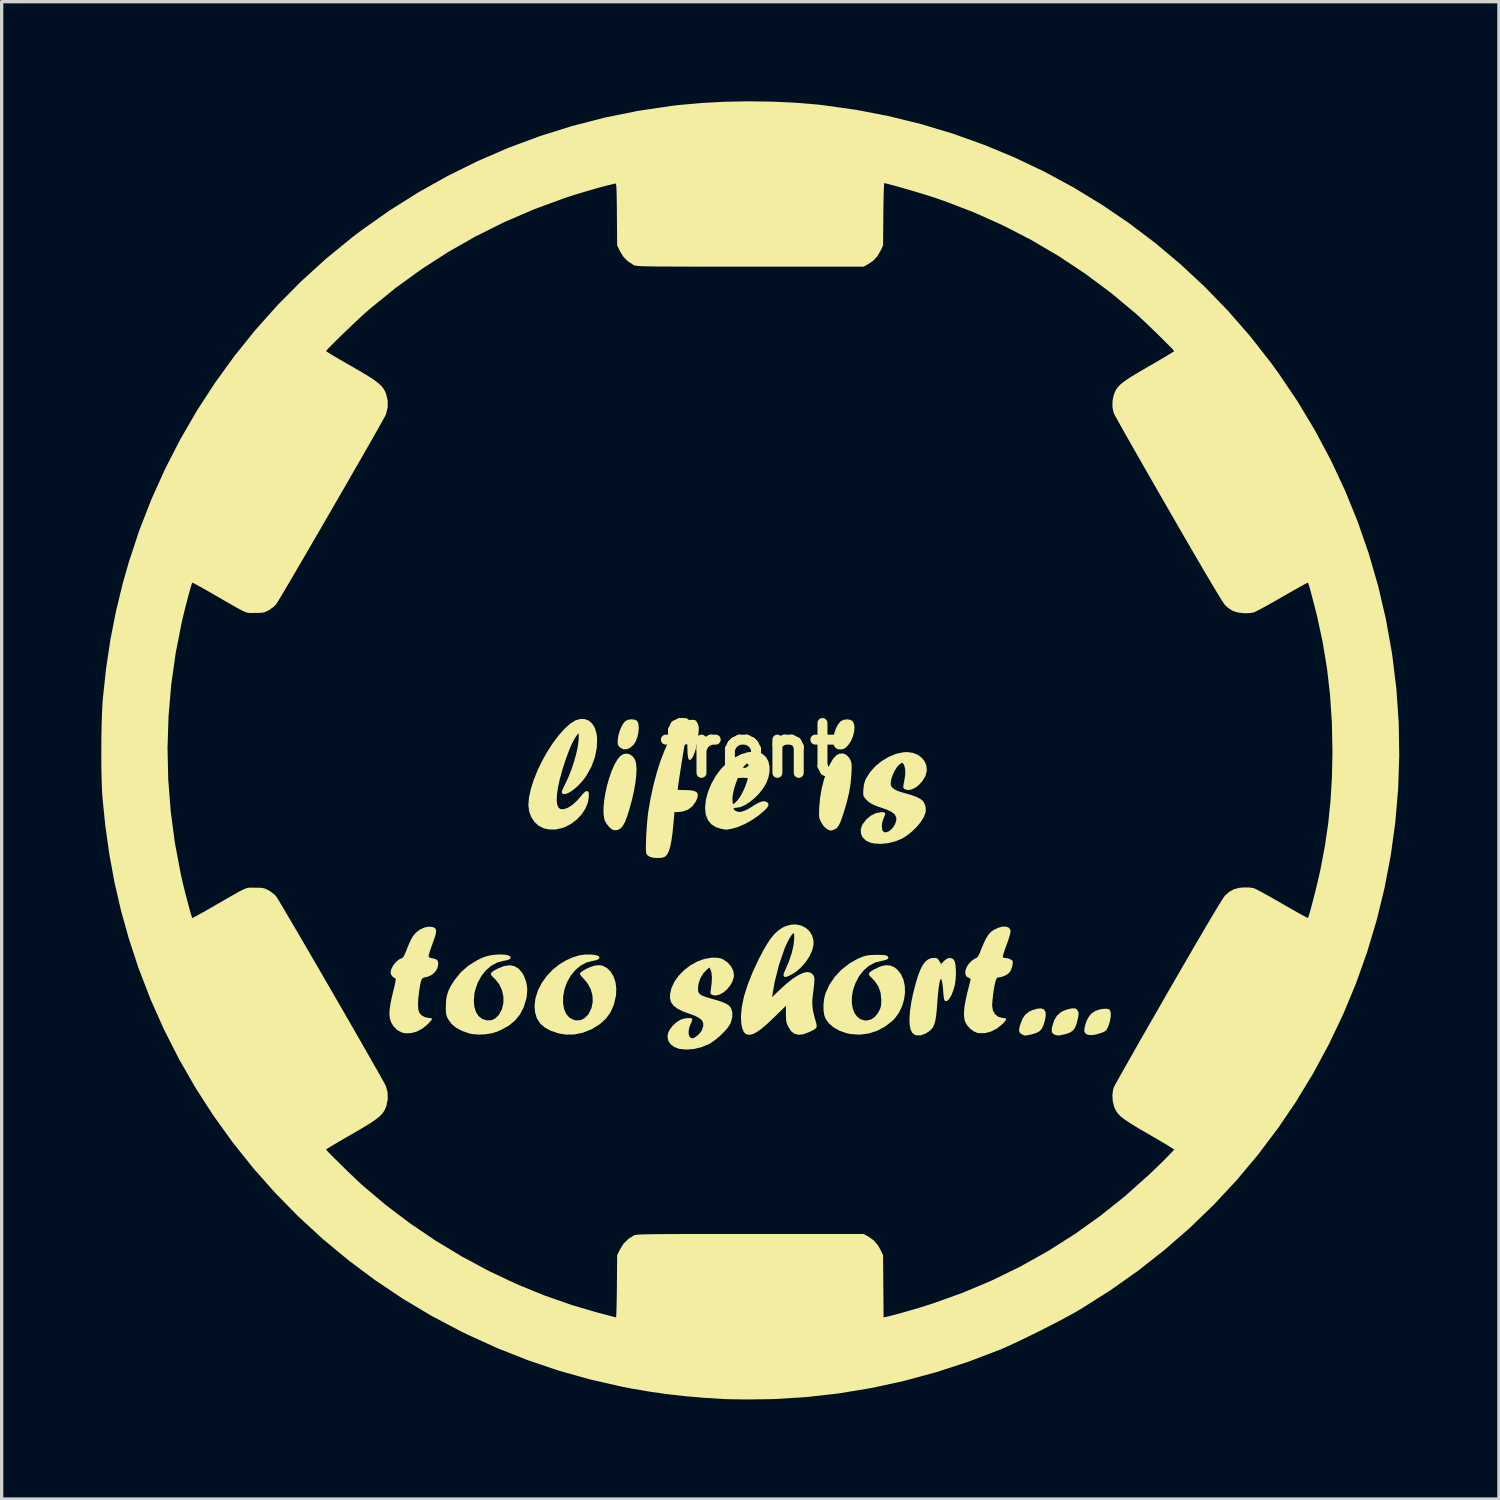
<source format=kicad_pcb>
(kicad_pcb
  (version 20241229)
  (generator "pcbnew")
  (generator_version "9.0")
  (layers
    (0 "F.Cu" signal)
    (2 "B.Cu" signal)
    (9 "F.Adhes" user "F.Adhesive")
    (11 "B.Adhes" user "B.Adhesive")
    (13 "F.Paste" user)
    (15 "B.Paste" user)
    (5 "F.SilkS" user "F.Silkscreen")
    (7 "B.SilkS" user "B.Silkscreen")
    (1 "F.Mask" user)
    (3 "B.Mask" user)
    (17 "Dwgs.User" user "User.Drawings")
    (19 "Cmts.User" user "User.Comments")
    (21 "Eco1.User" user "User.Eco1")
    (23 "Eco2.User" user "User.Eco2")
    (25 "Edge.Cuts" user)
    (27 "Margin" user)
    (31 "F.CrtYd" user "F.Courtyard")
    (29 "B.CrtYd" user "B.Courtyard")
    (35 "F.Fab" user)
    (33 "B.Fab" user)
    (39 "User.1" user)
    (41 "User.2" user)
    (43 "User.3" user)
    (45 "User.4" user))
  (footprint "front"
    (layer "F.Cu")
    (at 19.534 19.54)
    (property "Reference" "front" (at 0 0 0) (layer "F.SilkS") (effects (font (size 1.5 1.5) (thickness 0.3))))
    (attr board_only exclude_from_pos_files exclude_from_bom)
    (fp_poly (pts (xy 0.472 -11.909) (xy 0.64 -11.867) (xy 0.825 -11.809) (xy 1.018 -11.737) (xy 1.209 -11.655) (xy 1.368 -11.575) (xy 1.52 -11.481) (xy 1.625 -11.384) (xy 1.69 -11.275) (xy 1.721 -11.148) (xy 1.723 -11.122) (xy 1.713 -10.958) (xy 1.66 -10.819) (xy 1.572 -10.71) (xy 1.456 -10.633) (xy 1.318 -10.594) (xy 1.165 -10.595) (xy 1.004 -10.643) (xy 0.957 -10.665) (xy 0.74 -10.767) (xy 0.484 -10.864) (xy 0.266 -10.933) (xy 0.116 -10.983) (xy 0.008 -11.037) (xy -0.069 -11.102) (xy -0.127 -11.186) (xy -0.134 -11.198) (xy -0.183 -11.347) (xy -0.185 -11.496) (xy -0.146 -11.637) (xy -0.07 -11.761) (xy 0.04 -11.858) (xy 0.177 -11.919) (xy 0.226 -11.93) (xy 0.331 -11.931)) (stroke (width 0) (type solid)) (fill yes) (layer "F.Mask"))
    (fp_poly (pts (xy -2.154 -10.776) (xy -2.019 -10.713) (xy -1.902 -10.607) (xy -1.851 -10.534) (xy -1.81 -10.419) (xy -1.799 -10.285) (xy -1.819 -10.155) (xy -1.852 -10.079) (xy -1.888 -10.025) (xy -1.95 -9.938) (xy -2.031 -9.828) (xy -2.125 -9.703) (xy -2.225 -9.573) (xy -2.323 -9.446) (xy -2.413 -9.331) (xy -2.489 -9.237) (xy -2.542 -9.174) (xy -2.549 -9.166) (xy -2.666 -9.077) (xy -2.806 -9.027) (xy -2.957 -9.018) (xy -3.104 -9.052) (xy -3.145 -9.071) (xy -3.257 -9.158) (xy -3.34 -9.277) (xy -3.389 -9.415) (xy -3.4 -9.558) (xy -3.371 -9.683) (xy -3.342 -9.734) (xy -3.285 -9.819) (xy -3.206 -9.932) (xy -3.109 -10.066) (xy -2.999 -10.213) (xy -2.882 -10.366) (xy -2.763 -10.518) (xy -2.704 -10.592) (xy -2.584 -10.704) (xy -2.446 -10.772) (xy -2.3 -10.796)) (stroke (width 0) (type solid)) (fill yes) (layer "F.Mask"))
    (fp_poly (pts (xy -4.339 -7.439) (xy -4.209 -7.358) (xy -4.158 -7.307) (xy -4.067 -7.169) (xy -4.025 -7.023) (xy -4.027 -6.909) (xy -4.049 -6.842) (xy -4.095 -6.741) (xy -4.161 -6.615) (xy -4.242 -6.471) (xy -4.331 -6.318) (xy -4.425 -6.166) (xy -4.518 -6.021) (xy -4.604 -5.893) (xy -4.679 -5.791) (xy -4.738 -5.722) (xy -4.762 -5.701) (xy -4.873 -5.651) (xy -5.003 -5.625) (xy -5.128 -5.627) (xy -5.2 -5.646) (xy -5.35 -5.731) (xy -5.455 -5.844) (xy -5.515 -5.982) (xy -5.528 -6.145) (xy -5.527 -6.155) (xy -5.519 -6.21) (xy -5.504 -6.268) (xy -5.476 -6.336) (xy -5.433 -6.423) (xy -5.37 -6.535) (xy -5.285 -6.682) (xy -5.244 -6.752) (xy -5.154 -6.899) (xy -5.069 -7.037) (xy -4.992 -7.156) (xy -4.93 -7.248) (xy -4.888 -7.303) (xy -4.887 -7.305) (xy -4.765 -7.408) (xy -4.627 -7.464) (xy -4.481 -7.475)) (stroke (width 0) (type solid)) (fill yes) (layer "F.Mask"))
    (fp_poly (pts (xy 3.228 -9.262) (xy 3.35 -9.212) (xy 3.452 -9.142) (xy 3.475 -9.12) (xy 3.504 -9.078) (xy 3.555 -8.997) (xy 3.621 -8.886) (xy 3.699 -8.752) (xy 3.782 -8.603) (xy 3.804 -8.564) (xy 3.908 -8.374) (xy 3.987 -8.222) (xy 4.042 -8.1) (xy 4.076 -8.002) (xy 4.092 -7.921) (xy 4.091 -7.849) (xy 4.075 -7.778) (xy 4.058 -7.727) (xy 3.98 -7.591) (xy 3.868 -7.487) (xy 3.732 -7.422) (xy 3.582 -7.401) (xy 3.449 -7.421) (xy 3.386 -7.445) (xy 3.328 -7.48) (xy 3.27 -7.532) (xy 3.209 -7.606) (xy 3.14 -7.709) (xy 3.057 -7.846) (xy 2.957 -8.023) (xy 2.921 -8.089) (xy 2.836 -8.245) (xy 2.76 -8.391) (xy 2.697 -8.519) (xy 2.65 -8.62) (xy 2.623 -8.686) (xy 2.62 -8.7) (xy 2.618 -8.844) (xy 2.662 -8.982) (xy 2.743 -9.104) (xy 2.854 -9.201) (xy 2.986 -9.263) (xy 3.112 -9.281)) (stroke (width 0) (type solid)) (fill yes) (layer "F.Mask"))
    (fp_poly (pts (xy 8.481 -3.424) (xy 8.501 -3.421) (xy 8.606 -3.401) (xy 8.748 -3.379) (xy 8.908 -3.354) (xy 9.071 -3.332) (xy 9.106 -3.327) (xy 9.263 -3.306) (xy 9.376 -3.287) (xy 9.457 -3.27) (xy 9.514 -3.251) (xy 9.559 -3.226) (xy 9.596 -3.199) (xy 9.705 -3.08) (xy 9.77 -2.94) (xy 9.789 -2.79) (xy 9.761 -2.639) (xy 9.686 -2.499) (xy 9.658 -2.464) (xy 9.552 -2.38) (xy 9.41 -2.332) (xy 9.23 -2.318) (xy 9.224 -2.318) (xy 9.115 -2.321) (xy 9.016 -2.327) (xy 8.95 -2.332) (xy 8.782 -2.356) (xy 8.611 -2.384) (xy 8.446 -2.414) (xy 8.3 -2.444) (xy 8.183 -2.472) (xy 8.105 -2.495) (xy 8.096 -2.499) (xy 7.969 -2.581) (xy 7.878 -2.694) (xy 7.824 -2.827) (xy 7.81 -2.97) (xy 7.836 -3.112) (xy 7.906 -3.244) (xy 7.952 -3.297) (xy 8.059 -3.383) (xy 8.175 -3.431) (xy 8.312 -3.444)) (stroke (width 0) (type solid)) (fill yes) (layer "F.Mask"))
    (fp_poly (pts (xy 5.301 -5.848) (xy 5.366 -5.833) (xy 5.43 -5.802) (xy 5.499 -5.75) (xy 5.577 -5.673) (xy 5.671 -5.568) (xy 5.787 -5.429) (xy 5.929 -5.252) (xy 5.936 -5.242) (xy 6.057 -5.091) (xy 6.148 -4.975) (xy 6.215 -4.887) (xy 6.261 -4.821) (xy 6.29 -4.771) (xy 6.308 -4.729) (xy 6.317 -4.688) (xy 6.323 -4.644) (xy 6.323 -4.643) (xy 6.317 -4.492) (xy 6.269 -4.355) (xy 6.187 -4.238) (xy 6.079 -4.148) (xy 5.952 -4.092) (xy 5.815 -4.076) (xy 5.678 -4.105) (xy 5.601 -4.139) (xy 5.54 -4.17) (xy 5.501 -4.203) (xy 5.437 -4.272) (xy 5.354 -4.367) (xy 5.258 -4.482) (xy 5.156 -4.608) (xy 5.053 -4.738) (xy 4.956 -4.863) (xy 4.872 -4.976) (xy 4.806 -5.069) (xy 4.764 -5.134) (xy 4.758 -5.146) (xy 4.714 -5.296) (xy 4.717 -5.444) (xy 4.76 -5.581) (xy 4.841 -5.698) (xy 4.953 -5.787) (xy 5.092 -5.838) (xy 5.145 -5.846) (xy 5.229 -5.851)) (stroke (width 0) (type solid)) (fill yes) (layer "F.Mask"))
    (fp_poly (pts (xy -8.892 -6.839) (xy -8.702 -6.776) (xy -8.541 -6.672) (xy -8.41 -6.531) (xy -8.312 -6.359) (xy -8.25 -6.161) (xy -8.225 -5.942) (xy -8.239 -5.705) (xy -8.295 -5.457) (xy -8.297 -5.45) (xy -8.376 -5.258) (xy -8.493 -5.06) (xy -8.635 -4.872) (xy -8.792 -4.709) (xy -8.912 -4.613) (xy -8.969 -4.568) (xy -8.998 -4.533) (xy -8.997 -4.521) (xy -8.963 -4.502) (xy -8.896 -4.471) (xy -8.83 -4.443) (xy -8.593 -4.321) (xy -8.364 -4.162) (xy -8.16 -3.977) (xy -8.039 -3.837) (xy -7.988 -3.782) (xy -7.943 -3.752) (xy -7.933 -3.75) (xy -7.883 -3.764) (xy -7.799 -3.801) (xy -7.692 -3.856) (xy -7.573 -3.922) (xy -7.453 -3.995) (xy -7.342 -4.067) (xy -7.301 -4.096) (xy -7.147 -4.196) (xy -7.015 -4.255) (xy -6.894 -4.273) (xy -6.775 -4.253) (xy -6.647 -4.196) (xy -6.636 -4.189) (xy -6.525 -4.097) (xy -6.449 -3.973) (xy -6.412 -3.831) (xy -6.416 -3.681) (xy -6.464 -3.536) (xy -6.524 -3.454) (xy -6.625 -3.358) (xy -6.759 -3.253) (xy -6.916 -3.145) (xy -7.089 -3.04) (xy -7.268 -2.943) (xy -7.446 -2.861) (xy -7.483 -2.846) (xy -7.579 -2.809) (xy -7.657 -2.781) (xy -7.704 -2.767) (xy -7.709 -2.766) (xy -7.729 -2.742) (xy -7.751 -2.681) (xy -7.767 -2.619) (xy -7.83 -2.414) (xy -7.935 -2.2) (xy -8.073 -1.991) (xy -8.236 -1.798) (xy -8.338 -1.699) (xy -8.587 -1.512) (xy -8.871 -1.356) (xy -9.181 -1.235) (xy -9.508 -1.15) (xy -9.843 -1.105) (xy -10.175 -1.101) (xy -10.414 -1.127) (xy -10.743 -1.202) (xy -11.044 -1.312) (xy -11.315 -1.455) (xy -11.552 -1.628) (xy -11.753 -1.826) (xy -11.914 -2.049) (xy -12.032 -2.292) (xy -12.105 -2.552) (xy -12.128 -2.814) (xy -12.102 -3.085) (xy -12.026 -3.349) (xy -11.903 -3.601) (xy -11.735 -3.835) (xy -11.527 -4.046) (xy -11.483 -4.082) (xy -11.42 -4.139) (xy -11.382 -4.183) (xy -11.376 -4.203) (xy -11.41 -4.221) (xy -11.478 -4.252) (xy -11.556 -4.283) (xy -11.759 -4.375) (xy -11.944 -4.487) (xy -12.128 -4.63) (xy -12.247 -4.738) (xy -12.36 -4.849) (xy -12.443 -4.944) (xy -12.508 -5.036) (xy -12.567 -5.143) (xy -12.581 -5.17) (xy -12.668 -5.378) (xy -12.719 -5.573) (xy -12.732 -5.745) (xy -12.732 -5.746) (xy -12.234 -5.746) (xy -12.23 -5.621) (xy -12.189 -5.481) (xy -12.111 -5.334) (xy -11.997 -5.183) (xy -11.89 -5.072) (xy -11.722 -4.932) (xy -11.537 -4.818) (xy -11.324 -4.725) (xy -11.072 -4.645) (xy -11.011 -4.63) (xy -10.891 -4.6) (xy -10.792 -4.575) (xy -10.723 -4.557) (xy -10.696 -4.55) (xy -10.695 -4.572) (xy -10.701 -4.63) (xy -10.706 -4.661) (xy -10.746 -4.854) (xy -10.8 -5.049) (xy -10.815 -5.089) (xy -9.912 -5.089) (xy -9.91 -4.961) (xy -9.902 -4.842) (xy -9.889 -4.744) (xy -9.87 -4.678) (xy -9.848 -4.654) (xy -9.808 -4.666) (xy -9.735 -4.698) (xy -9.64 -4.743) (xy -9.595 -4.766) (xy -9.354 -4.904) (xy -9.16 -5.045) (xy -9.003 -5.196) (xy -8.879 -5.364) (xy -8.814 -5.479) (xy -8.762 -5.618) (xy -8.731 -5.777) (xy -8.723 -5.938) (xy -8.738 -6.084) (xy -8.765 -6.174) (xy -8.836 -6.276) (xy -8.932 -6.337) (xy -9.048 -6.356) (xy -9.177 -6.333) (xy -9.314 -6.27) (xy -9.454 -6.168) (xy -9.53 -6.093) (xy -9.642 -5.949) (xy -9.744 -5.771) (xy -9.828 -5.578) (xy -9.884 -5.39) (xy -9.895 -5.333) (xy -9.908 -5.217) (xy -9.912 -5.089) (xy -10.815 -5.089) (xy -10.863 -5.224) (xy -10.909 -5.328) (xy -11.021 -5.507) (xy -11.161 -5.666) (xy -11.322 -5.8) (xy -11.495 -5.904) (xy -11.672 -5.973) (xy -11.846 -6.003) (xy -12.008 -5.988) (xy -12.017 -5.986) (xy -12.128 -5.934) (xy -12.201 -5.852) (xy -12.234 -5.746) (xy -12.732 -5.746) (xy -12.726 -5.808) (xy -12.67 -6.007) (xy -12.574 -6.173) (xy -12.445 -6.307) (xy -12.285 -6.405) (xy -12.1 -6.466) (xy -11.894 -6.488) (xy -11.672 -6.471) (xy -11.438 -6.412) (xy -11.24 -6.331) (xy -11.031 -6.205) (xy -10.831 -6.037) (xy -10.652 -5.84) (xy -10.506 -5.623) (xy -10.463 -5.541) (xy -10.391 -5.395) (xy -10.344 -5.577) (xy -10.258 -5.837) (xy -10.142 -6.077) (xy -10 -6.293) (xy -9.837 -6.479) (xy -9.658 -6.632) (xy -9.467 -6.748) (xy -9.269 -6.824) (xy -9.069 -6.854)) (stroke (width 0) (type solid)) (fill yes) (layer "F.Mask"))
    (fp_poly (pts (xy -3.485 -0.925) (xy -3.412 -0.892) (xy -3.393 -0.872) (xy -3.361 -0.788) (xy -3.352 -0.672) (xy -3.364 -0.538) (xy -3.394 -0.402) (xy -3.44 -0.277) (xy -3.5 -0.178) (xy -3.505 -0.172) (xy -3.607 -0.08) (xy -3.713 -0.033) (xy -3.817 -0.032) (xy -3.91 -0.079) (xy -3.927 -0.095) (xy -3.965 -0.139) (xy -3.984 -0.184) (xy -3.988 -0.249) (xy -3.984 -0.328) (xy -3.964 -0.457) (xy -3.923 -0.594) (xy -3.868 -0.722) (xy -3.806 -0.825) (xy -3.756 -0.879) (xy -3.675 -0.919) (xy -3.579 -0.934)) (stroke (width 0) (type solid)) (fill yes) (layer "F.SilkS"))
    (fp_poly (pts (xy 8.85 7.806) (xy 8.894 7.879) (xy 8.902 7.991) (xy 8.874 8.142) (xy 8.826 8.291) (xy 8.778 8.388) (xy 8.712 8.458) (xy 8.616 8.51) (xy 8.481 8.551) (xy 8.437 8.561) (xy 8.346 8.58) (xy 8.292 8.588) (xy 8.255 8.584) (xy 8.219 8.57) (xy 8.194 8.557) (xy 8.134 8.518) (xy 8.102 8.472) (xy 8.098 8.407) (xy 8.118 8.31) (xy 8.136 8.249) (xy 8.201 8.083) (xy 8.285 7.959) (xy 8.395 7.87) (xy 8.5 7.821) (xy 8.653 7.777) (xy 8.769 7.772)) (stroke (width 0) (type solid)) (fill yes) (layer "F.SilkS"))
    (fp_poly (pts (xy 3.017 -0.917) (xy 3.085 -0.878) (xy 3.128 -0.8) (xy 3.143 -0.691) (xy 3.132 -0.562) (xy 3.098 -0.426) (xy 3.044 -0.294) (xy 2.97 -0.178) (xy 2.938 -0.141) (xy 2.868 -0.074) (xy 2.812 -0.04) (xy 2.751 -0.027) (xy 2.719 -0.027) (xy 2.636 -0.035) (xy 2.579 -0.069) (xy 2.552 -0.1) (xy 2.521 -0.147) (xy 2.505 -0.2) (xy 2.503 -0.275) (xy 2.507 -0.351) (xy 2.532 -0.503) (xy 2.58 -0.651) (xy 2.646 -0.778) (xy 2.723 -0.87) (xy 2.731 -0.877) (xy 2.817 -0.919) (xy 2.92 -0.932)) (stroke (width 0) (type solid)) (fill yes) (layer "F.SilkS"))
    (fp_poly (pts (xy 10.75 7.783) (xy 10.8 7.794) (xy 10.829 7.822) (xy 10.844 7.849) (xy 10.86 7.929) (xy 10.854 8.042) (xy 10.828 8.175) (xy 10.783 8.311) (xy 10.772 8.337) (xy 10.736 8.408) (xy 10.691 8.454) (xy 10.619 8.49) (xy 10.581 8.505) (xy 10.408 8.558) (xy 10.264 8.576) (xy 10.155 8.561) (xy 10.153 8.56) (xy 10.094 8.52) (xy 10.065 8.472) (xy 10.063 8.391) (xy 10.087 8.278) (xy 10.132 8.148) (xy 10.176 8.053) (xy 10.265 7.934) (xy 10.392 7.847) (xy 10.547 7.795) (xy 10.664 7.782)) (stroke (width 0) (type solid)) (fill yes) (layer "F.SilkS"))
    (fp_poly (pts (xy 9.808 7.779) (xy 9.842 7.812) (xy 9.856 7.832) (xy 9.882 7.879) (xy 9.891 7.926) (xy 9.884 7.993) (xy 9.87 8.066) (xy 9.83 8.23) (xy 9.783 8.35) (xy 9.721 8.435) (xy 9.635 8.495) (xy 9.517 8.538) (xy 9.421 8.561) (xy 9.333 8.579) (xy 9.279 8.586) (xy 9.239 8.583) (xy 9.194 8.569) (xy 9.17 8.56) (xy 9.11 8.525) (xy 9.082 8.467) (xy 9.084 8.379) (xy 9.097 8.309) (xy 9.156 8.125) (xy 9.242 7.984) (xy 9.358 7.883) (xy 9.408 7.855) (xy 9.513 7.813) (xy 9.624 7.782) (xy 9.681 7.772) (xy 9.761 7.768)) (stroke (width 0) (type solid)) (fill yes) (layer "F.SilkS"))
    (fp_poly (pts (xy -3.607 0.129) (xy -3.518 0.2) (xy -3.463 0.288) (xy -3.432 0.408) (xy -3.42 0.571) (xy -3.429 0.77) (xy -3.457 0.999) (xy -3.503 1.254) (xy -3.566 1.526) (xy -3.646 1.811) (xy -3.7 1.983) (xy -3.767 2.159) (xy -3.838 2.284) (xy -3.915 2.364) (xy -4.003 2.403) (xy -4.105 2.403) (xy -4.114 2.401) (xy -4.177 2.369) (xy -4.249 2.303) (xy -4.318 2.218) (xy -4.37 2.129) (xy -4.387 2.083) (xy -4.411 1.929) (xy -4.414 1.741) (xy -4.396 1.528) (xy -4.36 1.3) (xy -4.309 1.068) (xy -4.244 0.84) (xy -4.17 0.626) (xy -4.087 0.437) (xy -3.999 0.282) (xy -3.911 0.174) (xy -3.814 0.113) (xy -3.709 0.099)) (stroke (width 0) (type solid)) (fill yes) (layer "F.SilkS"))
    (fp_poly (pts (xy 2.899 0.138) (xy 2.983 0.227) (xy 3.007 0.27) (xy 3.032 0.322) (xy 3.047 0.372) (xy 3.056 0.433) (xy 3.057 0.515) (xy 3.054 0.632) (xy 3.05 0.717) (xy 3.027 0.988) (xy 2.981 1.266) (xy 2.911 1.563) (xy 2.818 1.875) (xy 2.761 2.047) (xy 2.712 2.174) (xy 2.667 2.265) (xy 2.622 2.326) (xy 2.572 2.366) (xy 2.539 2.382) (xy 2.468 2.41) (xy 2.42 2.416) (xy 2.37 2.4) (xy 2.314 2.371) (xy 2.222 2.294) (xy 2.145 2.178) (xy 2.114 2.116) (xy 2.093 2.064) (xy 2.081 2.009) (xy 2.076 1.938) (xy 2.077 1.839) (xy 2.082 1.702) (xy 2.106 1.434) (xy 2.153 1.159) (xy 2.221 0.889) (xy 2.306 0.637) (xy 2.405 0.415) (xy 2.499 0.254) (xy 2.592 0.153) (xy 2.695 0.1) (xy 2.8 0.095)) (stroke (width 0) (type solid)) (fill yes) (layer "F.SilkS"))
    (fp_poly (pts (xy 6.099 6.276) (xy 6.133 6.306) (xy 6.163 6.368) (xy 6.183 6.47) (xy 6.194 6.6) (xy 6.196 6.746) (xy 6.187 6.896) (xy 6.168 7.038) (xy 6.159 7.082) (xy 6.118 7.229) (xy 6.067 7.359) (xy 6.01 7.461) (xy 5.954 7.528) (xy 5.912 7.549) (xy 5.881 7.549) (xy 5.859 7.535) (xy 5.842 7.498) (xy 5.83 7.43) (xy 5.819 7.322) (xy 5.811 7.221) (xy 5.795 7.06) (xy 5.777 6.952) (xy 5.758 6.895) (xy 5.738 6.888) (xy 5.717 6.93) (xy 5.696 7.021) (xy 5.676 7.16) (xy 5.656 7.345) (xy 5.638 7.567) (xy 5.621 7.799) (xy 5.601 7.985) (xy 5.578 8.131) (xy 5.548 8.245) (xy 5.508 8.333) (xy 5.456 8.403) (xy 5.389 8.461) (xy 5.305 8.514) (xy 5.261 8.538) (xy 5.127 8.584) (xy 4.997 8.578) (xy 4.955 8.564) (xy 4.882 8.506) (xy 4.831 8.403) (xy 4.803 8.256) (xy 4.797 8.069) (xy 4.814 7.844) (xy 4.853 7.584) (xy 4.909 7.314) (xy 4.982 7.028) (xy 5.053 6.792) (xy 5.127 6.603) (xy 5.203 6.458) (xy 5.284 6.353) (xy 5.372 6.287) (xy 5.468 6.254) (xy 5.522 6.25) (xy 5.599 6.255) (xy 5.647 6.277) (xy 5.686 6.328) (xy 5.695 6.343) (xy 5.75 6.435) (xy 5.837 6.343) (xy 5.928 6.272) (xy 6.017 6.25)) (stroke (width 0) (type solid)) (fill yes) (layer "F.SilkS"))
    (fp_poly (pts (xy -4.664 6.162) (xy -4.576 6.188) (xy -4.536 6.223) (xy -4.545 6.267) (xy -4.557 6.282) (xy -4.606 6.308) (xy -4.685 6.33) (xy -4.735 6.339) (xy -4.924 6.387) (xy -5.101 6.481) (xy -5.26 6.614) (xy -5.397 6.78) (xy -5.507 6.971) (xy -5.586 7.182) (xy -5.628 7.405) (xy -5.632 7.61) (xy -5.6 7.793) (xy -5.536 7.939) (xy -5.44 8.048) (xy -5.315 8.114) (xy -5.231 8.132) (xy -5.098 8.122) (xy -4.98 8.063) (xy -4.876 7.953) (xy -4.858 7.928) (xy -4.775 7.755) (xy -4.738 7.569) (xy -4.747 7.377) (xy -4.801 7.188) (xy -4.898 7.011) (xy -5.008 6.881) (xy -5.078 6.805) (xy -5.118 6.746) (xy -5.124 6.716) (xy -5.088 6.676) (xy -5.015 6.626) (xy -4.92 6.574) (xy -4.815 6.527) (xy -4.715 6.493) (xy -4.688 6.486) (xy -4.579 6.469) (xy -4.49 6.474) (xy -4.443 6.486) (xy -4.311 6.552) (xy -4.2 6.661) (xy -4.114 6.805) (xy -4.055 6.975) (xy -4.029 7.166) (xy -4.037 7.368) (xy -4.041 7.395) (xy -4.102 7.656) (xy -4.2 7.882) (xy -4.338 8.075) (xy -4.519 8.241) (xy -4.747 8.384) (xy -4.781 8.401) (xy -5.033 8.502) (xy -5.293 8.555) (xy -5.55 8.559) (xy -5.772 8.521) (xy -6.003 8.443) (xy -6.186 8.343) (xy -6.324 8.22) (xy -6.42 8.07) (xy -6.474 7.892) (xy -6.49 7.7) (xy -6.464 7.47) (xy -6.392 7.238) (xy -6.277 7.011) (xy -6.125 6.797) (xy -5.941 6.603) (xy -5.73 6.436) (xy -5.538 6.322) (xy -5.336 6.232) (xy -5.154 6.175) (xy -4.976 6.149) (xy -4.797 6.148)) (stroke (width 0) (type solid)) (fill yes) (layer "F.SilkS"))
    (fp_poly (pts (xy -7.38 6.154) (xy -7.285 6.174) (xy -7.225 6.204) (xy -7.208 6.238) (xy -7.23 6.281) (xy -7.299 6.314) (xy -7.418 6.338) (xy -7.426 6.339) (xy -7.617 6.39) (xy -7.795 6.487) (xy -7.955 6.625) (xy -8.093 6.798) (xy -8.203 6.999) (xy -8.279 7.223) (xy -8.301 7.331) (xy -8.319 7.542) (xy -8.302 7.728) (xy -8.252 7.884) (xy -8.171 8.006) (xy -8.061 8.09) (xy -7.924 8.131) (xy -7.92 8.131) (xy -7.787 8.125) (xy -7.671 8.071) (xy -7.568 7.968) (xy -7.557 7.953) (xy -7.471 7.79) (xy -7.428 7.61) (xy -7.427 7.42) (xy -7.467 7.233) (xy -7.546 7.057) (xy -7.663 6.903) (xy -7.707 6.861) (xy -7.774 6.797) (xy -7.805 6.747) (xy -7.797 6.702) (xy -7.747 6.656) (xy -7.653 6.601) (xy -7.595 6.57) (xy -7.412 6.496) (xy -7.246 6.472) (xy -7.099 6.497) (xy -6.971 6.572) (xy -6.863 6.696) (xy -6.811 6.788) (xy -6.737 6.985) (xy -6.709 7.187) (xy -6.725 7.405) (xy -6.74 7.482) (xy -6.816 7.733) (xy -6.926 7.948) (xy -7.073 8.131) (xy -7.262 8.286) (xy -7.495 8.417) (xy -7.62 8.471) (xy -7.792 8.522) (xy -7.988 8.552) (xy -8.188 8.559) (xy -8.372 8.542) (xy -8.45 8.525) (xy -8.673 8.448) (xy -8.85 8.355) (xy -8.986 8.241) (xy -9.086 8.105) (xy -9.087 8.103) (xy -9.122 8.035) (xy -9.144 7.974) (xy -9.156 7.906) (xy -9.161 7.814) (xy -9.161 7.7) (xy -9.153 7.524) (xy -9.127 7.373) (xy -9.079 7.231) (xy -9.003 7.081) (xy -8.906 6.928) (xy -8.714 6.688) (xy -8.483 6.484) (xy -8.213 6.316) (xy -8.026 6.23) (xy -7.906 6.192) (xy -7.772 6.165) (xy -7.633 6.15) (xy -7.499 6.147)) (stroke (width 0) (type solid)) (fill yes) (layer "F.SilkS"))
    (fp_poly (pts (xy 3.944 6.16) (xy 4.035 6.165) (xy 4.094 6.176) (xy 4.129 6.194) (xy 4.137 6.2) (xy 4.165 6.238) (xy 4.152 6.269) (xy 4.14 6.282) (xy 4.091 6.308) (xy 4.012 6.33) (xy 3.96 6.339) (xy 3.764 6.388) (xy 3.582 6.485) (xy 3.42 6.624) (xy 3.281 6.801) (xy 3.17 7.011) (xy 3.099 7.22) (xy 3.064 7.421) (xy 3.062 7.607) (xy 3.09 7.774) (xy 3.146 7.916) (xy 3.228 8.027) (xy 3.332 8.101) (xy 3.456 8.134) (xy 3.526 8.132) (xy 3.652 8.099) (xy 3.756 8.026) (xy 3.848 7.908) (xy 3.871 7.868) (xy 3.912 7.786) (xy 3.936 7.714) (xy 3.947 7.63) (xy 3.95 7.514) (xy 3.928 7.298) (xy 3.862 7.109) (xy 3.749 6.944) (xy 3.677 6.87) (xy 3.606 6.799) (xy 3.576 6.746) (xy 3.588 6.699) (xy 3.645 6.65) (xy 3.738 6.593) (xy 3.917 6.509) (xy 4.074 6.471) (xy 4.215 6.479) (xy 4.343 6.533) (xy 4.43 6.6) (xy 4.541 6.738) (xy 4.617 6.905) (xy 4.657 7.094) (xy 4.663 7.297) (xy 4.635 7.504) (xy 4.574 7.708) (xy 4.481 7.9) (xy 4.357 8.071) (xy 4.283 8.147) (xy 4.06 8.319) (xy 3.817 8.447) (xy 3.56 8.528) (xy 3.295 8.561) (xy 3.028 8.543) (xy 2.899 8.516) (xy 2.691 8.443) (xy 2.514 8.343) (xy 2.373 8.222) (xy 2.274 8.083) (xy 2.235 7.985) (xy 2.211 7.835) (xy 2.209 7.66) (xy 2.228 7.482) (xy 2.267 7.321) (xy 2.27 7.314) (xy 2.387 7.059) (xy 2.549 6.821) (xy 2.749 6.606) (xy 2.981 6.423) (xy 3.236 6.277) (xy 3.342 6.232) (xy 3.437 6.198) (xy 3.523 6.177) (xy 3.618 6.165) (xy 3.741 6.16) (xy 3.809 6.159)) (stroke (width 0) (type solid)) (fill yes) (layer "F.SilkS"))
    (fp_poly (pts (xy -4.978 -0.941) (xy -4.856 -0.893) (xy -4.752 -0.801) (xy -4.673 -0.668) (xy -4.622 -0.497) (xy -4.607 -0.369) (xy -4.616 -0.079) (xy -4.674 0.213) (xy -4.781 0.499) (xy -4.934 0.771) (xy -4.935 0.773) (xy -5.036 0.909) (xy -5.148 1.033) (xy -5.264 1.141) (xy -5.377 1.228) (xy -5.482 1.289) (xy -5.57 1.318) (xy -5.637 1.312) (xy -5.654 1.299) (xy -5.668 1.277) (xy -5.669 1.245) (xy -5.653 1.193) (xy -5.617 1.113) (xy -5.559 0.998) (xy -5.465 0.795) (xy -5.378 0.572) (xy -5.301 0.34) (xy -5.237 0.113) (xy -5.191 -0.099) (xy -5.165 -0.283) (xy -5.161 -0.372) (xy -5.162 -0.519) (xy -5.217 -0.452) (xy -5.287 -0.348) (xy -5.365 -0.198) (xy -5.448 -0.005) (xy -5.534 0.223) (xy -5.569 0.325) (xy -5.663 0.623) (xy -5.736 0.893) (xy -5.787 1.132) (xy -5.816 1.338) (xy -5.823 1.508) (xy -5.807 1.638) (xy -5.769 1.727) (xy -5.707 1.771) (xy -5.704 1.771) (xy -5.601 1.771) (xy -5.482 1.727) (xy -5.352 1.643) (xy -5.218 1.524) (xy -5.097 1.385) (xy -5.022 1.296) (xy -4.967 1.246) (xy -4.924 1.228) (xy -4.911 1.229) (xy -4.879 1.239) (xy -4.862 1.265) (xy -4.856 1.322) (xy -4.856 1.397) (xy -4.884 1.575) (xy -4.957 1.754) (xy -5.069 1.924) (xy -5.213 2.079) (xy -5.382 2.21) (xy -5.569 2.309) (xy -5.657 2.34) (xy -5.863 2.385) (xy -6.056 2.383) (xy -6.207 2.35) (xy -6.359 2.277) (xy -6.488 2.162) (xy -6.587 2.014) (xy -6.652 1.842) (xy -6.676 1.654) (xy -6.676 1.647) (xy -6.657 1.419) (xy -6.602 1.166) (xy -6.516 0.894) (xy -6.403 0.612) (xy -6.267 0.328) (xy -6.113 0.052) (xy -5.945 -0.209) (xy -5.768 -0.446) (xy -5.586 -0.65) (xy -5.417 -0.802) (xy -5.264 -0.898) (xy -5.116 -0.944)) (stroke (width 0) (type solid)) (fill yes) (layer "F.SilkS"))
    (fp_poly (pts (xy -9.555 5.322) (xy -9.499 5.347) (xy -9.465 5.383) (xy -9.453 5.437) (xy -9.462 5.518) (xy -9.494 5.631) (xy -9.548 5.784) (xy -9.558 5.812) (xy -9.604 5.94) (xy -9.642 6.052) (xy -9.669 6.139) (xy -9.681 6.189) (xy -9.681 6.193) (xy -9.668 6.229) (xy -9.619 6.251) (xy -9.57 6.261) (xy -9.471 6.285) (xy -9.415 6.322) (xy -9.392 6.383) (xy -9.389 6.436) (xy -9.414 6.559) (xy -9.481 6.67) (xy -9.582 6.76) (xy -9.705 6.817) (xy -9.759 6.828) (xy -9.816 6.839) (xy -9.857 6.859) (xy -9.888 6.897) (xy -9.912 6.961) (xy -9.934 7.06) (xy -9.957 7.202) (xy -9.962 7.233) (xy -9.99 7.464) (xy -9.999 7.655) (xy -9.989 7.802) (xy -9.959 7.902) (xy -9.959 7.903) (xy -9.892 7.979) (xy -9.792 8.034) (xy -9.674 8.058) (xy -9.656 8.059) (xy -9.599 8.067) (xy -9.575 8.086) (xy -9.575 8.087) (xy -9.592 8.118) (xy -9.639 8.174) (xy -9.704 8.244) (xy -9.708 8.248) (xy -9.865 8.376) (xy -10.034 8.467) (xy -10.208 8.515) (xy -10.377 8.52) (xy -10.476 8.499) (xy -10.622 8.425) (xy -10.739 8.307) (xy -10.807 8.192) (xy -10.842 8.091) (xy -10.858 7.974) (xy -10.856 7.834) (xy -10.834 7.664) (xy -10.793 7.457) (xy -10.751 7.281) (xy -10.711 7.117) (xy -10.685 6.999) (xy -10.672 6.921) (xy -10.671 6.877) (xy -10.681 6.862) (xy -10.682 6.862) (xy -10.738 6.839) (xy -10.789 6.784) (xy -10.821 6.716) (xy -10.825 6.688) (xy -10.803 6.585) (xy -10.745 6.475) (xy -10.664 6.373) (xy -10.57 6.296) (xy -10.494 6.262) (xy -10.462 6.244) (xy -10.429 6.203) (xy -10.392 6.129) (xy -10.346 6.015) (xy -10.335 5.986) (xy -10.283 5.859) (xy -10.227 5.736) (xy -10.175 5.634) (xy -10.151 5.596) (xy -10.054 5.482) (xy -9.932 5.392) (xy -9.798 5.332) (xy -9.665 5.308)) (stroke (width 0) (type solid)) (fill yes) (layer "F.SilkS"))
    (fp_poly (pts (xy 7.782 5.336) (xy 7.832 5.395) (xy 7.841 5.435) (xy 7.836 5.491) (xy 7.813 5.583) (xy 7.777 5.699) (xy 7.741 5.802) (xy 7.696 5.925) (xy 7.657 6.038) (xy 7.628 6.126) (xy 7.616 6.172) (xy 7.61 6.227) (xy 7.63 6.248) (xy 7.666 6.25) (xy 7.755 6.261) (xy 7.836 6.29) (xy 7.892 6.328) (xy 7.906 6.352) (xy 7.906 6.43) (xy 7.884 6.529) (xy 7.848 6.626) (xy 7.819 6.677) (xy 7.75 6.741) (xy 7.65 6.795) (xy 7.544 6.829) (xy 7.487 6.835) (xy 7.447 6.843) (xy 7.419 6.873) (xy 7.394 6.938) (xy 7.383 6.975) (xy 7.359 7.082) (xy 7.335 7.223) (xy 7.313 7.379) (xy 7.297 7.531) (xy 7.288 7.66) (xy 7.288 7.696) (xy 7.31 7.834) (xy 7.372 7.945) (xy 7.469 8.022) (xy 7.594 8.057) (xy 7.631 8.059) (xy 7.69 8.067) (xy 7.709 8.093) (xy 7.686 8.142) (xy 7.621 8.216) (xy 7.587 8.251) (xy 7.427 8.379) (xy 7.251 8.468) (xy 7.07 8.515) (xy 6.893 8.516) (xy 6.839 8.507) (xy 6.729 8.459) (xy 6.619 8.376) (xy 6.528 8.272) (xy 6.47 8.163) (xy 6.465 8.148) (xy 6.442 8.022) (xy 6.439 7.875) (xy 6.457 7.7) (xy 6.496 7.49) (xy 6.53 7.339) (xy 6.564 7.201) (xy 6.595 7.078) (xy 6.619 6.982) (xy 6.634 6.923) (xy 6.638 6.912) (xy 6.629 6.872) (xy 6.583 6.851) (xy 6.515 6.811) (xy 6.481 6.74) (xy 6.479 6.649) (xy 6.51 6.546) (xy 6.572 6.442) (xy 6.623 6.383) (xy 6.694 6.32) (xy 6.762 6.275) (xy 6.793 6.262) (xy 6.828 6.245) (xy 6.86 6.207) (xy 6.897 6.139) (xy 6.942 6.031) (xy 6.953 6.002) (xy 7.033 5.81) (xy 7.105 5.662) (xy 7.175 5.551) (xy 7.247 5.47) (xy 7.327 5.412) (xy 7.329 5.41) (xy 7.466 5.344) (xy 7.592 5.31) (xy 7.7 5.307)) (stroke (width 0) (type solid)) (fill yes) (layer "F.SilkS"))
    (fp_poly (pts (xy 0.242 0.054) (xy 0.376 0.111) (xy 0.479 0.205) (xy 0.549 0.331) (xy 0.585 0.482) (xy 0.584 0.652) (xy 0.546 0.834) (xy 0.48 1) (xy 0.388 1.152) (xy 0.271 1.301) (xy 0.136 1.438) (xy -0.009 1.556) (xy -0.154 1.649) (xy -0.29 1.709) (xy -0.404 1.729) (xy -0.479 1.737) (xy -0.502 1.76) (xy -0.475 1.798) (xy -0.446 1.82) (xy -0.37 1.853) (xy -0.277 1.853) (xy -0.164 1.817) (xy -0.023 1.746) (xy 0.097 1.67) (xy 0.239 1.586) (xy 0.352 1.541) (xy 0.44 1.533) (xy 0.51 1.562) (xy 0.516 1.567) (xy 0.553 1.616) (xy 0.547 1.673) (xy 0.498 1.745) (xy 0.445 1.799) (xy 0.257 1.96) (xy 0.047 2.105) (xy -0.171 2.225) (xy -0.383 2.314) (xy -0.529 2.355) (xy -0.619 2.374) (xy -0.687 2.386) (xy -0.718 2.39) (xy -0.75 2.384) (xy -0.816 2.373) (xy -0.854 2.367) (xy -1.031 2.314) (xy -1.171 2.224) (xy -1.272 2.098) (xy -1.335 1.937) (xy -1.356 1.742) (xy -1.356 1.735) (xy -1.334 1.501) (xy -1.324 1.463) (xy -0.532 1.463) (xy -0.528 1.547) (xy -0.519 1.605) (xy -0.508 1.622) (xy -0.479 1.604) (xy -0.428 1.557) (xy -0.385 1.512) (xy -0.306 1.405) (xy -0.226 1.264) (xy -0.154 1.108) (xy -0.099 0.954) (xy -0.082 0.891) (xy -0.064 0.791) (xy -0.052 0.68) (xy -0.046 0.572) (xy -0.046 0.481) (xy -0.055 0.422) (xy -0.061 0.409) (xy -0.099 0.401) (xy -0.148 0.438) (xy -0.205 0.511) (xy -0.265 0.613) (xy -0.327 0.737) (xy -0.386 0.875) (xy -0.439 1.02) (xy -0.483 1.165) (xy -0.515 1.302) (xy -0.531 1.424) (xy -0.532 1.463) (xy -1.324 1.463) (xy -1.269 1.254) (xy -1.168 1.008) (xy -1.036 0.774) (xy -0.88 0.563) (xy -0.706 0.387) (xy -0.672 0.359) (xy -0.47 0.22) (xy -0.267 0.118) (xy -0.07 0.057) (xy 0.115 0.038)) (stroke (width 0) (type solid)) (fill yes) (layer "F.SilkS"))
    (fp_poly (pts (xy -1.699 -0.916) (xy -1.649 -0.904) (xy -1.617 -0.874) (xy -1.586 -0.816) (xy -1.584 -0.812) (xy -1.561 -0.76) (xy -1.548 -0.709) (xy -1.545 -0.648) (xy -1.55 -0.56) (xy -1.563 -0.44) (xy -1.591 -0.25) (xy -1.627 -0.078) (xy -1.67 0.069) (xy -1.717 0.185) (xy -1.766 0.261) (xy -1.815 0.292) (xy -1.82 0.293) (xy -1.851 0.269) (xy -1.872 0.196) (xy -1.885 0.074) (xy -1.888 -0.082) (xy -1.892 -0.182) (xy -1.9 -0.26) (xy -1.912 -0.303) (xy -1.915 -0.306) (xy -1.94 -0.313) (xy -1.942 -0.309) (xy -1.947 -0.278) (xy -1.96 -0.21) (xy -1.979 -0.119) (xy -1.98 -0.112) (xy -1.992 -0.05) (xy -2.009 0.052) (xy -2.031 0.182) (xy -2.055 0.333) (xy -2.08 0.495) (xy -2.106 0.659) (xy -2.13 0.815) (xy -2.15 0.955) (xy -2.167 1.07) (xy -2.177 1.149) (xy -2.181 1.184) (xy -2.156 1.19) (xy -2.091 1.194) (xy -1.996 1.197) (xy -1.948 1.197) (xy -1.784 1.205) (xy -1.669 1.229) (xy -1.599 1.272) (xy -1.573 1.338) (xy -1.587 1.43) (xy -1.634 1.539) (xy -1.734 1.682) (xy -1.867 1.784) (xy -2.031 1.844) (xy -2.196 1.861) (xy -2.278 1.862) (xy -2.31 2.219) (xy -2.337 2.491) (xy -2.368 2.713) (xy -2.403 2.89) (xy -2.443 3.026) (xy -2.489 3.124) (xy -2.543 3.188) (xy -2.595 3.219) (xy -2.69 3.239) (xy -2.81 3.242) (xy -2.93 3.231) (xy -3.024 3.206) (xy -3.101 3.15) (xy -3.128 3.096) (xy -3.136 3.03) (xy -3.138 2.921) (xy -3.136 2.778) (xy -3.13 2.613) (xy -3.12 2.434) (xy -3.107 2.252) (xy -3.092 2.076) (xy -3.075 1.916) (xy -3.062 1.821) (xy -2.993 1.425) (xy -2.908 1.039) (xy -2.81 0.671) (xy -2.701 0.327) (xy -2.581 0.013) (xy -2.455 -0.264) (xy -2.324 -0.498) (xy -2.252 -0.602) (xy -2.144 -0.738) (xy -2.047 -0.831) (xy -1.952 -0.887) (xy -1.85 -0.913) (xy -1.785 -0.917)) (stroke (width 0) (type solid)) (fill yes) (layer "F.SilkS"))
    (fp_poly (pts (xy 1.533 5.274) (xy 1.67 5.342) (xy 1.783 5.441) (xy 1.864 5.569) (xy 1.907 5.719) (xy 1.909 5.851) (xy 1.87 6.022) (xy 1.788 6.201) (xy 1.673 6.376) (xy 1.533 6.537) (xy 1.375 6.672) (xy 1.23 6.761) (xy 1.139 6.803) (xy 1.082 6.823) (xy 1.047 6.823) (xy 1.023 6.806) (xy 1.006 6.78) (xy 1.006 6.743) (xy 1.026 6.684) (xy 1.067 6.595) (xy 1.171 6.349) (xy 1.252 6.106) (xy 1.305 5.879) (xy 1.324 5.725) (xy 1.328 5.604) (xy 1.323 5.53) (xy 1.31 5.506) (xy 1.276 5.529) (xy 1.229 5.591) (xy 1.173 5.683) (xy 1.114 5.795) (xy 1.059 5.917) (xy 1.042 5.958) (xy 0.87 6.458) (xy 0.74 6.97) (xy 0.68 7.313) (xy 0.662 7.432) (xy 0.87 7.231) (xy 1.085 7.034) (xy 1.279 6.879) (xy 1.452 6.768) (xy 1.601 6.7) (xy 1.726 6.676) (xy 1.826 6.697) (xy 1.889 6.749) (xy 1.913 6.784) (xy 1.928 6.824) (xy 1.936 6.878) (xy 1.935 6.953) (xy 1.927 7.058) (xy 1.91 7.2) (xy 1.888 7.367) (xy 1.872 7.534) (xy 1.874 7.687) (xy 1.894 7.843) (xy 1.936 8.022) (xy 1.959 8.106) (xy 1.991 8.217) (xy 2.006 8.293) (xy 1.997 8.346) (xy 1.96 8.387) (xy 1.887 8.43) (xy 1.774 8.485) (xy 1.769 8.487) (xy 1.601 8.55) (xy 1.456 8.565) (xy 1.333 8.532) (xy 1.231 8.45) (xy 1.149 8.325) (xy 1.113 8.245) (xy 1.092 8.172) (xy 1.081 8.088) (xy 1.078 7.974) (xy 1.078 7.934) (xy 1.079 7.69) (xy 0.706 8.055) (xy 0.516 8.235) (xy 0.354 8.373) (xy 0.216 8.473) (xy 0.1 8.536) (xy 0.001 8.564) (xy -0.084 8.559) (xy -0.137 8.537) (xy -0.193 8.476) (xy -0.236 8.371) (xy -0.264 8.228) (xy -0.275 8.056) (xy -0.275 8.006) (xy -0.25 7.721) (xy -0.183 7.404) (xy -0.073 7.056) (xy 0.078 6.676) (xy 0.255 6.298) (xy 0.386 6.044) (xy 0.507 5.836) (xy 0.62 5.667) (xy 0.731 5.533) (xy 0.844 5.428) (xy 0.963 5.347) (xy 1.044 5.305) (xy 1.213 5.251) (xy 1.378 5.242)) (stroke (width 0) (type solid)) (fill yes) (layer "F.SilkS"))
    (fp_poly (pts (xy -0.976 6.247) (xy -0.879 6.267) (xy -0.809 6.297) (xy -0.675 6.389) (xy -0.573 6.506) (xy -0.508 6.638) (xy -0.486 6.773) (xy -0.491 6.83) (xy -0.535 6.966) (xy -0.608 7.093) (xy -0.704 7.206) (xy -0.813 7.296) (xy -0.928 7.358) (xy -1.04 7.382) (xy -1.127 7.369) (xy -1.176 7.344) (xy -1.193 7.31) (xy -1.188 7.244) (xy -1.187 7.241) (xy -1.158 7.012) (xy -1.15 6.832) (xy -1.163 6.698) (xy -1.18 6.64) (xy -1.223 6.538) (xy -1.291 6.592) (xy -1.407 6.713) (xy -1.498 6.864) (xy -1.554 7.029) (xy -1.569 7.157) (xy -1.567 7.228) (xy -1.555 7.284) (xy -1.526 7.329) (xy -1.476 7.368) (xy -1.396 7.405) (xy -1.281 7.444) (xy -1.123 7.49) (xy -1.037 7.514) (xy -0.864 7.568) (xy -0.737 7.62) (xy -0.647 7.676) (xy -0.588 7.74) (xy -0.571 7.768) (xy -0.536 7.887) (xy -0.537 8.028) (xy -0.573 8.175) (xy -0.6 8.239) (xy -0.669 8.346) (xy -0.773 8.467) (xy -0.899 8.591) (xy -1.035 8.707) (xy -1.17 8.803) (xy -1.252 8.851) (xy -1.466 8.938) (xy -1.69 8.992) (xy -1.911 9.01) (xy -2.114 8.992) (xy -2.139 8.987) (xy -2.287 8.931) (xy -2.397 8.848) (xy -2.465 8.741) (xy -2.487 8.616) (xy -2.472 8.517) (xy -2.42 8.407) (xy -2.333 8.294) (xy -2.223 8.192) (xy -2.106 8.117) (xy -2.094 8.111) (xy -2.007 8.082) (xy -1.912 8.064) (xy -1.825 8.06) (xy -1.762 8.07) (xy -1.743 8.085) (xy -1.744 8.122) (xy -1.766 8.186) (xy -1.779 8.212) (xy -1.828 8.335) (xy -1.851 8.452) (xy -1.849 8.552) (xy -1.821 8.626) (xy -1.769 8.666) (xy -1.74 8.671) (xy -1.674 8.65) (xy -1.596 8.596) (xy -1.52 8.523) (xy -1.461 8.443) (xy -1.446 8.413) (xy -1.411 8.3) (xy -1.413 8.206) (xy -1.454 8.126) (xy -1.539 8.055) (xy -1.67 7.989) (xy -1.826 7.933) (xy -2.034 7.856) (xy -2.193 7.775) (xy -2.306 7.687) (xy -2.378 7.588) (xy -2.411 7.474) (xy -2.412 7.347) (xy -2.366 7.151) (xy -2.275 6.96) (xy -2.145 6.779) (xy -1.983 6.615) (xy -1.797 6.473) (xy -1.593 6.36) (xy -1.38 6.282) (xy -1.164 6.244) (xy -1.104 6.242)) (stroke (width 0) (type solid)) (fill yes) (layer "F.SilkS"))
    (fp_poly (pts (xy 4.892 0.074) (xy 5.043 0.133) (xy 5.166 0.222) (xy 5.256 0.336) (xy 5.309 0.468) (xy 5.32 0.611) (xy 5.284 0.759) (xy 5.266 0.798) (xy 5.18 0.934) (xy 5.078 1.047) (xy 4.966 1.131) (xy 4.852 1.183) (xy 4.746 1.197) (xy 4.655 1.17) (xy 4.644 1.162) (xy 4.621 1.142) (xy 4.611 1.116) (xy 4.612 1.071) (xy 4.625 0.995) (xy 4.642 0.914) (xy 4.67 0.735) (xy 4.67 0.582) (xy 4.644 0.463) (xy 4.617 0.411) (xy 4.591 0.382) (xy 4.563 0.382) (xy 4.514 0.412) (xy 4.503 0.42) (xy 4.431 0.493) (xy 4.36 0.601) (xy 4.298 0.728) (xy 4.254 0.856) (xy 4.241 0.923) (xy 4.232 1.008) (xy 4.24 1.061) (xy 4.269 1.106) (xy 4.299 1.138) (xy 4.353 1.18) (xy 4.431 1.218) (xy 4.543 1.257) (xy 4.654 1.289) (xy 4.855 1.347) (xy 5.008 1.403) (xy 5.121 1.46) (xy 5.2 1.524) (xy 5.25 1.599) (xy 5.278 1.689) (xy 5.286 1.739) (xy 5.289 1.818) (xy 5.276 1.892) (xy 5.241 1.981) (xy 5.216 2.033) (xy 5.131 2.168) (xy 5.01 2.311) (xy 4.867 2.45) (xy 4.713 2.572) (xy 4.582 2.654) (xy 4.382 2.738) (xy 4.166 2.793) (xy 3.947 2.817) (xy 3.742 2.806) (xy 3.616 2.778) (xy 3.482 2.714) (xy 3.388 2.621) (xy 3.336 2.507) (xy 3.331 2.379) (xy 3.376 2.245) (xy 3.387 2.225) (xy 3.496 2.082) (xy 3.632 1.969) (xy 3.784 1.893) (xy 3.941 1.863) (xy 3.956 1.862) (xy 4.027 1.867) (xy 4.062 1.886) (xy 4.064 1.93) (xy 4.036 2.008) (xy 4.017 2.052) (xy 3.978 2.172) (xy 3.965 2.293) (xy 3.979 2.395) (xy 3.99 2.422) (xy 4.038 2.465) (xy 4.104 2.468) (xy 4.181 2.436) (xy 4.259 2.374) (xy 4.329 2.286) (xy 4.368 2.214) (xy 4.402 2.103) (xy 4.398 2.01) (xy 4.353 1.929) (xy 4.262 1.857) (xy 4.123 1.79) (xy 3.99 1.742) (xy 3.827 1.686) (xy 3.705 1.636) (xy 3.613 1.586) (xy 3.541 1.53) (xy 3.486 1.474) (xy 3.44 1.419) (xy 3.415 1.372) (xy 3.406 1.315) (xy 3.406 1.23) (xy 3.409 1.186) (xy 3.427 1.03) (xy 3.469 0.896) (xy 3.49 0.851) (xy 3.612 0.656) (xy 3.773 0.477) (xy 3.963 0.322) (xy 4.173 0.197) (xy 4.392 0.107) (xy 4.613 0.059) (xy 4.719 0.053)) (stroke (width 0) (type solid)) (fill yes) (layer "F.SilkS"))
    (fp_poly (pts (xy 0.637 -19.531) (xy 1.334 -19.499) (xy 2.003 -19.445) (xy 2.168 -19.427) (xy 3.175 -19.286) (xy 4.168 -19.095) (xy 5.146 -18.854) (xy 6.107 -18.565) (xy 7.049 -18.228) (xy 7.97 -17.845) (xy 8.87 -17.416) (xy 9.745 -16.942) (xy 10.594 -16.425) (xy 11.417 -15.865) (xy 12.21 -15.264) (xy 12.972 -14.622) (xy 13.703 -13.94) (xy 14.399 -13.22) (xy 15.059 -12.462) (xy 15.682 -11.667) (xy 15.912 -11.35) (xy 16.484 -10.502) (xy 17.008 -9.629) (xy 17.485 -8.733) (xy 17.915 -7.815) (xy 18.295 -6.877) (xy 18.627 -5.92) (xy 18.909 -4.945) (xy 19.14 -3.955) (xy 19.32 -2.951) (xy 19.334 -2.859) (xy 19.457 -1.851) (xy 19.527 -0.842) (xy 19.544 0.165) (xy 19.51 1.169) (xy 19.425 2.167) (xy 19.289 3.158) (xy 19.102 4.14) (xy 18.865 5.111) (xy 18.579 6.069) (xy 18.243 7.013) (xy 17.859 7.94) (xy 17.427 8.848) (xy 16.947 9.736) (xy 16.42 10.602) (xy 15.912 11.35) (xy 15.303 12.161) (xy 14.654 12.936) (xy 13.965 13.676) (xy 13.237 14.38) (xy 12.471 15.047) (xy 11.668 15.678) (xy 10.827 16.271) (xy 9.949 16.826) (xy 9.934 16.835) (xy 9.759 16.936) (xy 9.545 17.053) (xy 9.302 17.183) (xy 9.038 17.319) (xy 8.764 17.459) (xy 8.487 17.596) (xy 8.218 17.727) (xy 7.966 17.847) (xy 7.74 17.95) (xy 7.549 18.034) (xy 7.514 18.048) (xy 6.563 18.411) (xy 5.599 18.724) (xy 4.625 18.988) (xy 3.644 19.201) (xy 2.657 19.364) (xy 1.669 19.475) (xy 0.68 19.534) (xy -0.093 19.544) (xy -0.271 19.542) (xy -0.44 19.539) (xy -0.59 19.537) (xy -0.71 19.534) (xy -0.789 19.531) (xy -0.798 19.531) (xy -1.404 19.493) (xy -1.97 19.444) (xy -2.509 19.383) (xy -3.034 19.308) (xy -3.558 19.218) (xy -3.849 19.162) (xy -4.813 18.943) (xy -5.757 18.678) (xy -6.685 18.365) (xy -7.602 18.003) (xy -8.513 17.589) (xy -8.697 17.499) (xy -9.592 17.027) (xy -10.456 16.511) (xy -11.29 15.953) (xy -12.092 15.354) (xy -12.861 14.717) (xy -13.595 14.042) (xy -14.292 13.332) (xy -14.953 12.587) (xy -15.574 11.81) (xy -16.156 11.002) (xy -16.696 10.164) (xy -17.193 9.298) (xy -17.647 8.405) (xy -18.055 7.488) (xy -18.417 6.547) (xy -18.709 5.656) (xy -18.942 4.82) (xy -19.136 3.98) (xy -19.293 3.127) (xy -19.416 2.25) (xy -19.501 1.396) (xy -19.513 1.202) (xy -19.522 0.964) (xy -19.529 0.692) (xy -19.533 0.395) (xy -19.534 0.084) (xy -19.533 -0.069) (xy -17.54 -0.069) (xy -17.518 0.887) (xy -17.444 1.839) (xy -17.319 2.785) (xy -17.142 3.723) (xy -17.112 3.857) (xy -17.079 4) (xy -17.04 4.16) (xy -16.998 4.328) (xy -16.954 4.496) (xy -16.912 4.655) (xy -16.873 4.798) (xy -16.84 4.916) (xy -16.814 5.001) (xy -16.798 5.045) (xy -16.796 5.049) (xy -16.771 5.039) (xy -16.706 5.005) (xy -16.607 4.952) (xy -16.479 4.881) (xy -16.329 4.796) (xy -16.163 4.701) (xy -16.125 4.679) (xy -15.894 4.545) (xy -15.704 4.435) (xy -15.549 4.347) (xy -15.426 4.277) (xy -15.328 4.225) (xy -15.251 4.187) (xy -15.19 4.161) (xy -15.138 4.145) (xy -15.092 4.137) (xy -15.046 4.134) (xy -14.994 4.135) (xy -14.933 4.136) (xy -14.908 4.136) (xy -14.782 4.137) (xy -14.693 4.143) (xy -14.626 4.157) (xy -14.564 4.181) (xy -14.498 4.215) (xy -14.404 4.276) (xy -14.317 4.347) (xy -14.276 4.389) (xy -14.251 4.425) (xy -14.203 4.503) (xy -14.132 4.621) (xy -14.04 4.775) (xy -13.931 4.961) (xy -13.805 5.175) (xy -13.664 5.414) (xy -13.512 5.676) (xy -13.349 5.955) (xy -13.178 6.249) (xy -13 6.555) (xy -12.819 6.868) (xy -12.635 7.185) (xy -12.451 7.503) (xy -12.269 7.818) (xy -12.091 8.127) (xy -11.919 8.426) (xy -11.755 8.712) (xy -11.601 8.981) (xy -11.459 9.23) (xy -11.331 9.455) (xy -11.218 9.653) (xy -11.124 9.82) (xy -11.05 9.952) (xy -10.998 10.047) (xy -10.971 10.101) (xy -10.968 10.107) (xy -10.914 10.299) (xy -10.909 10.503) (xy -10.951 10.707) (xy -10.962 10.737) (xy -10.995 10.814) (xy -11.035 10.885) (xy -11.088 10.954) (xy -11.159 11.024) (xy -11.251 11.099) (xy -11.369 11.182) (xy -11.518 11.278) (xy -11.704 11.39) (xy -11.93 11.522) (xy -12.03 11.579) (xy -12.209 11.682) (xy -12.373 11.778) (xy -12.515 11.862) (xy -12.631 11.931) (xy -12.714 11.983) (xy -12.759 12.013) (xy -12.766 12.02) (xy -12.748 12.044) (xy -12.697 12.099) (xy -12.618 12.18) (xy -12.518 12.281) (xy -12.402 12.396) (xy -12.275 12.521) (xy -12.143 12.649) (xy -12.012 12.775) (xy -11.888 12.894) (xy -11.776 13) (xy -11.681 13.087) (xy -11.649 13.116) (xy -10.956 13.7) (xy -10.226 14.251) (xy -9.465 14.765) (xy -8.677 15.241) (xy -7.867 15.676) (xy -7.039 16.067) (xy -6.197 16.412) (xy -5.347 16.708) (xy -4.599 16.927) (xy -4.46 16.963) (xy -4.331 16.997) (xy -4.226 17.025) (xy -4.157 17.043) (xy -4.149 17.046) (xy -4.083 17.063) (xy -4.041 17.072) (xy -4.038 17.073) (xy -4.033 17.048) (xy -4.029 16.976) (xy -4.024 16.862) (xy -4.02 16.713) (xy -4.016 16.535) (xy -4.013 16.334) (xy -4.011 16.137) (xy -4.003 15.199) (xy -3.915 15.021) (xy -3.805 14.847) (xy -3.659 14.706) (xy -3.511 14.612) (xy -3.496 14.604) (xy -3.477 14.598) (xy -3.452 14.592) (xy -3.419 14.587) (xy -3.373 14.582) (xy -3.313 14.578) (xy -3.235 14.575) (xy -3.137 14.572) (xy -3.017 14.57) (xy -2.87 14.568) (xy -2.696 14.566) (xy -2.489 14.565) (xy -2.249 14.564) (xy -1.972 14.563) (xy -1.655 14.562) (xy -1.296 14.562) (xy -0.892 14.562) (xy -0.44 14.562) (xy 0 14.562) (xy 3.418 14.562) (xy 3.559 14.64) (xy 3.716 14.749) (xy 3.84 14.889) (xy 3.934 15.053) (xy 4.003 15.2) (xy 4.011 16.138) (xy 4.019 17.075) (xy 4.091 17.059) (xy 4.249 17.021) (xy 4.445 16.969) (xy 4.667 16.907) (xy 4.903 16.839) (xy 5.141 16.768) (xy 5.368 16.697) (xy 5.492 16.657) (xy 6.393 16.335) (xy 7.273 15.964) (xy 8.129 15.546) (xy 8.961 15.081) (xy 9.767 14.571) (xy 10.545 14.016) (xy 11.293 13.418) (xy 12.011 12.777) (xy 12.252 12.546) (xy 12.388 12.412) (xy 12.51 12.29) (xy 12.614 12.185) (xy 12.695 12.102) (xy 12.747 12.045) (xy 12.766 12.021) (xy 12.766 12.021) (xy 12.744 12.003) (xy 12.681 11.962) (xy 12.583 11.901) (xy 12.455 11.824) (xy 12.302 11.734) (xy 12.13 11.634) (xy 12.015 11.567) (xy 11.775 11.428) (xy 11.578 11.311) (xy 11.417 11.211) (xy 11.29 11.125) (xy 11.19 11.05) (xy 11.114 10.981) (xy 11.056 10.915) (xy 11.012 10.848) (xy 10.978 10.776) (xy 10.961 10.734) (xy 10.917 10.559) (xy 10.907 10.375) (xy 10.931 10.203) (xy 10.945 10.159) (xy 10.963 10.122) (xy 11.006 10.042) (xy 11.073 9.921) (xy 11.161 9.763) (xy 11.269 9.571) (xy 11.395 9.348) (xy 11.538 9.097) (xy 11.695 8.82) (xy 11.866 8.521) (xy 12.049 8.203) (xy 12.241 7.868) (xy 12.441 7.519) (xy 12.587 7.265) (xy 12.864 6.785) (xy 13.116 6.35) (xy 13.342 5.96) (xy 13.544 5.615) (xy 13.721 5.313) (xy 13.874 5.054) (xy 14.003 4.838) (xy 14.109 4.663) (xy 14.192 4.529) (xy 14.253 4.436) (xy 14.291 4.382) (xy 14.3 4.372) (xy 14.43 4.258) (xy 14.565 4.183) (xy 14.721 4.142) (xy 14.854 4.129) (xy 15.03 4.129) (xy 15.16 4.15) (xy 15.174 4.155) (xy 15.223 4.177) (xy 15.311 4.222) (xy 15.432 4.288) (xy 15.58 4.369) (xy 15.748 4.463) (xy 15.93 4.567) (xy 16.033 4.626) (xy 16.214 4.73) (xy 16.38 4.825) (xy 16.526 4.907) (xy 16.645 4.973) (xy 16.733 5.02) (xy 16.784 5.046) (xy 16.794 5.05) (xy 16.809 5.016) (xy 16.834 4.937) (xy 16.867 4.821) (xy 16.907 4.676) (xy 16.95 4.51) (xy 16.996 4.329) (xy 17.043 4.142) (xy 17.087 3.956) (xy 17.129 3.778) (xy 17.165 3.617) (xy 17.179 3.551) (xy 17.307 2.87) (xy 17.405 2.2) (xy 17.474 1.525) (xy 17.516 0.833) (xy 17.532 0.109) (xy 17.532 0) (xy 17.515 -0.844) (xy 17.461 -1.659) (xy 17.37 -2.457) (xy 17.239 -3.251) (xy 17.067 -4.051) (xy 16.902 -4.693) (xy 16.867 -4.82) (xy 16.836 -4.928) (xy 16.812 -5.007) (xy 16.798 -5.046) (xy 16.796 -5.048) (xy 16.771 -5.038) (xy 16.706 -5.005) (xy 16.606 -4.95) (xy 16.476 -4.878) (xy 16.322 -4.791) (xy 16.15 -4.693) (xy 16.033 -4.626) (xy 15.846 -4.519) (xy 15.67 -4.419) (xy 15.51 -4.33) (xy 15.373 -4.256) (xy 15.266 -4.199) (xy 15.195 -4.164) (xy 15.174 -4.155) (xy 15.051 -4.13) (xy 14.881 -4.127) (xy 14.854 -4.129) (xy 14.674 -4.151) (xy 14.526 -4.201) (xy 14.394 -4.286) (xy 14.3 -4.372) (xy 14.269 -4.412) (xy 14.217 -4.491) (xy 14.142 -4.61) (xy 14.044 -4.77) (xy 13.924 -4.971) (xy 13.78 -5.213) (xy 13.612 -5.499) (xy 13.42 -5.828) (xy 13.203 -6.201) (xy 12.961 -6.618) (xy 12.693 -7.082) (xy 12.587 -7.266) (xy 12.382 -7.622) (xy 12.184 -7.967) (xy 11.994 -8.298) (xy 11.815 -8.611) (xy 11.648 -8.904) (xy 11.494 -9.174) (xy 11.356 -9.417) (xy 11.235 -9.631) (xy 11.133 -9.814) (xy 11.051 -9.961) (xy 10.991 -10.07) (xy 10.955 -10.138) (xy 10.945 -10.16) (xy 10.91 -10.323) (xy 10.91 -10.505) (xy 10.944 -10.684) (xy 10.961 -10.734) (xy 10.993 -10.81) (xy 11.031 -10.879) (xy 11.081 -10.945) (xy 11.146 -11.012) (xy 11.233 -11.083) (xy 11.344 -11.163) (xy 11.486 -11.255) (xy 11.663 -11.362) (xy 11.88 -11.489) (xy 12.015 -11.567) (xy 12.196 -11.672) (xy 12.362 -11.769) (xy 12.506 -11.855) (xy 12.624 -11.926) (xy 12.709 -11.979) (xy 12.758 -12.011) (xy 12.766 -12.019) (xy 12.748 -12.043) (xy 12.697 -12.099) (xy 12.618 -12.18) (xy 12.517 -12.281) (xy 12.401 -12.398) (xy 12.273 -12.523) (xy 12.141 -12.652) (xy 12.009 -12.779) (xy 11.883 -12.899) (xy 11.769 -13.006) (xy 11.673 -13.095) (xy 11.623 -13.14) (xy 10.874 -13.765) (xy 10.097 -14.344) (xy 9.294 -14.877) (xy 8.466 -15.364) (xy 7.612 -15.805) (xy 6.734 -16.198) (xy 5.832 -16.544) (xy 5.492 -16.66) (xy 5.365 -16.7) (xy 5.213 -16.747) (xy 5.043 -16.798) (xy 4.865 -16.851) (xy 4.687 -16.903) (xy 4.515 -16.952) (xy 4.358 -16.996) (xy 4.224 -17.032) (xy 4.12 -17.059) (xy 4.056 -17.073) (xy 4.04 -17.075) (xy 4.035 -17.05) (xy 4.03 -16.977) (xy 4.025 -16.863) (xy 4.021 -16.714) (xy 4.017 -16.535) (xy 4.013 -16.334) (xy 4.011 -16.138) (xy 4.003 -15.2) (xy 3.934 -15.053) (xy 3.831 -14.876) (xy 3.705 -14.74) (xy 3.559 -14.64) (xy 3.418 -14.562) (xy 0 -14.562) (xy -0.497 -14.562) (xy -0.943 -14.562) (xy -1.342 -14.562) (xy -1.696 -14.562) (xy -2.007 -14.563) (xy -2.28 -14.564) (xy -2.516 -14.565) (xy -2.718 -14.566) (xy -2.889 -14.568) (xy -3.033 -14.57) (xy -3.15 -14.572) (xy -3.246 -14.575) (xy -3.321 -14.579) (xy -3.379 -14.583) (xy -3.423 -14.588) (xy -3.456 -14.593) (xy -3.48 -14.599) (xy -3.498 -14.605) (xy -3.511 -14.612) (xy -3.691 -14.731) (xy -3.829 -14.878) (xy -3.915 -15.021) (xy -4.003 -15.199) (xy -4.011 -16.138) (xy -4.013 -16.387) (xy -4.016 -16.588) (xy -4.018 -16.745) (xy -4.022 -16.865) (xy -4.026 -16.951) (xy -4.032 -17.009) (xy -4.039 -17.044) (xy -4.047 -17.061) (xy -4.058 -17.066) (xy -4.064 -17.064) (xy -4.123 -17.049) (xy -4.189 -17.033) (xy -4.323 -17.001) (xy -4.496 -16.955) (xy -4.696 -16.9) (xy -4.911 -16.837) (xy -5.13 -16.772) (xy -5.341 -16.706) (xy -5.533 -16.644) (xy -5.596 -16.623) (xy -6.512 -16.286) (xy -7.399 -15.904) (xy -8.258 -15.476) (xy -9.089 -15.004) (xy -9.894 -14.485) (xy -10.674 -13.92) (xy -11.428 -13.308) (xy -11.543 -13.208) (xy -11.637 -13.125) (xy -11.75 -13.021) (xy -11.877 -12.902) (xy -12.013 -12.773) (xy -12.152 -12.64) (xy -12.29 -12.507) (xy -12.419 -12.38) (xy -12.536 -12.265) (xy -12.634 -12.165) (xy -12.709 -12.088) (xy -12.755 -12.037) (xy -12.766 -12.019) (xy -12.744 -12.002) (xy -12.681 -11.962) (xy -12.583 -11.902) (xy -12.455 -11.825) (xy -12.302 -11.736) (xy -12.131 -11.637) (xy -12.029 -11.579) (xy -11.786 -11.439) (xy -11.586 -11.32) (xy -11.423 -11.219) (xy -11.293 -11.131) (xy -11.192 -11.053) (xy -11.114 -10.982) (xy -11.055 -10.913) (xy -11.01 -10.843) (xy -10.974 -10.768) (xy -10.962 -10.737) (xy -10.912 -10.534) (xy -10.911 -10.33) (xy -10.957 -10.134) (xy -10.968 -10.107) (xy -10.991 -10.062) (xy -11.038 -9.975) (xy -11.107 -9.85) (xy -11.197 -9.69) (xy -11.306 -9.498) (xy -11.431 -9.278) (xy -11.571 -9.034) (xy -11.722 -8.769) (xy -11.885 -8.486) (xy -12.055 -8.19) (xy -12.232 -7.883) (xy -12.414 -7.568) (xy -12.597 -7.251) (xy -12.781 -6.933) (xy -12.963 -6.619) (xy -13.142 -6.312) (xy -13.314 -6.015) (xy -13.479 -5.732) (xy -13.634 -5.467) (xy -13.777 -5.222) (xy -13.906 -5.002) (xy -14.02 -4.81) (xy -14.115 -4.65) (xy -14.19 -4.524) (xy -14.244 -4.437) (xy -14.273 -4.392) (xy -14.276 -4.388) (xy -14.345 -4.322) (xy -14.437 -4.253) (xy -14.498 -4.215) (xy -14.569 -4.178) (xy -14.631 -4.155) (xy -14.699 -4.142) (xy -14.791 -4.137) (xy -14.908 -4.136) (xy -14.974 -4.135) (xy -15.029 -4.134) (xy -15.076 -4.136) (xy -15.122 -4.142) (xy -15.171 -4.154) (xy -15.228 -4.176) (xy -15.3 -4.21) (xy -15.389 -4.257) (xy -15.503 -4.32) (xy -15.646 -4.402) (xy -15.823 -4.504) (xy -16.04 -4.63) (xy -16.125 -4.679) (xy -16.295 -4.777) (xy -16.449 -4.864) (xy -16.582 -4.938) (xy -16.688 -4.996) (xy -16.76 -5.034) (xy -16.795 -5.049) (xy -16.796 -5.049) (xy -16.809 -5.017) (xy -16.832 -4.942) (xy -16.864 -4.832) (xy -16.902 -4.695) (xy -16.943 -4.539) (xy -16.986 -4.373) (xy -17.029 -4.204) (xy -17.069 -4.041) (xy -17.104 -3.892) (xy -17.112 -3.857) (xy -17.296 -2.921) (xy -17.429 -1.976) (xy -17.51 -1.024) (xy -17.54 -0.069) (xy -19.533 -0.069) (xy -19.533 -0.233) (xy -19.529 -0.546) (xy -19.522 -0.844) (xy -19.513 -1.12) (xy -19.501 -1.363) (xy -19.487 -1.561) (xy -19.391 -2.457) (xy -19.262 -3.321) (xy -19.097 -4.165) (xy -18.895 -5.001) (xy -18.707 -5.662) (xy -18.392 -6.617) (xy -18.027 -7.553) (xy -17.615 -8.468) (xy -17.157 -9.36) (xy -16.655 -10.227) (xy -16.109 -11.067) (xy -15.521 -11.878) (xy -14.893 -12.658) (xy -14.226 -13.404) (xy -13.521 -14.116) (xy -12.78 -14.79) (xy -12.004 -15.426) (xy -11.695 -15.661) (xy -10.858 -16.251) (xy -9.996 -16.794) (xy -9.11 -17.291) (xy -8.202 -17.74) (xy -7.274 -18.141) (xy -6.326 -18.493) (xy -5.362 -18.795) (xy -4.382 -19.048) (xy -3.388 -19.25) (xy -2.382 -19.4) (xy -2.154 -19.427) (xy -1.486 -19.488) (xy -0.788 -19.525) (xy -0.076 -19.54)) (stroke (width 0) (type solid)) (fill yes) (layer "F.SilkS")))
  (gr_rect
    (start -3 -3)
    (end 42.079 42.083)
    (stroke (width 0.1) (type default))
    (fill no)
    (layer "Edge.Cuts")))
</source>
